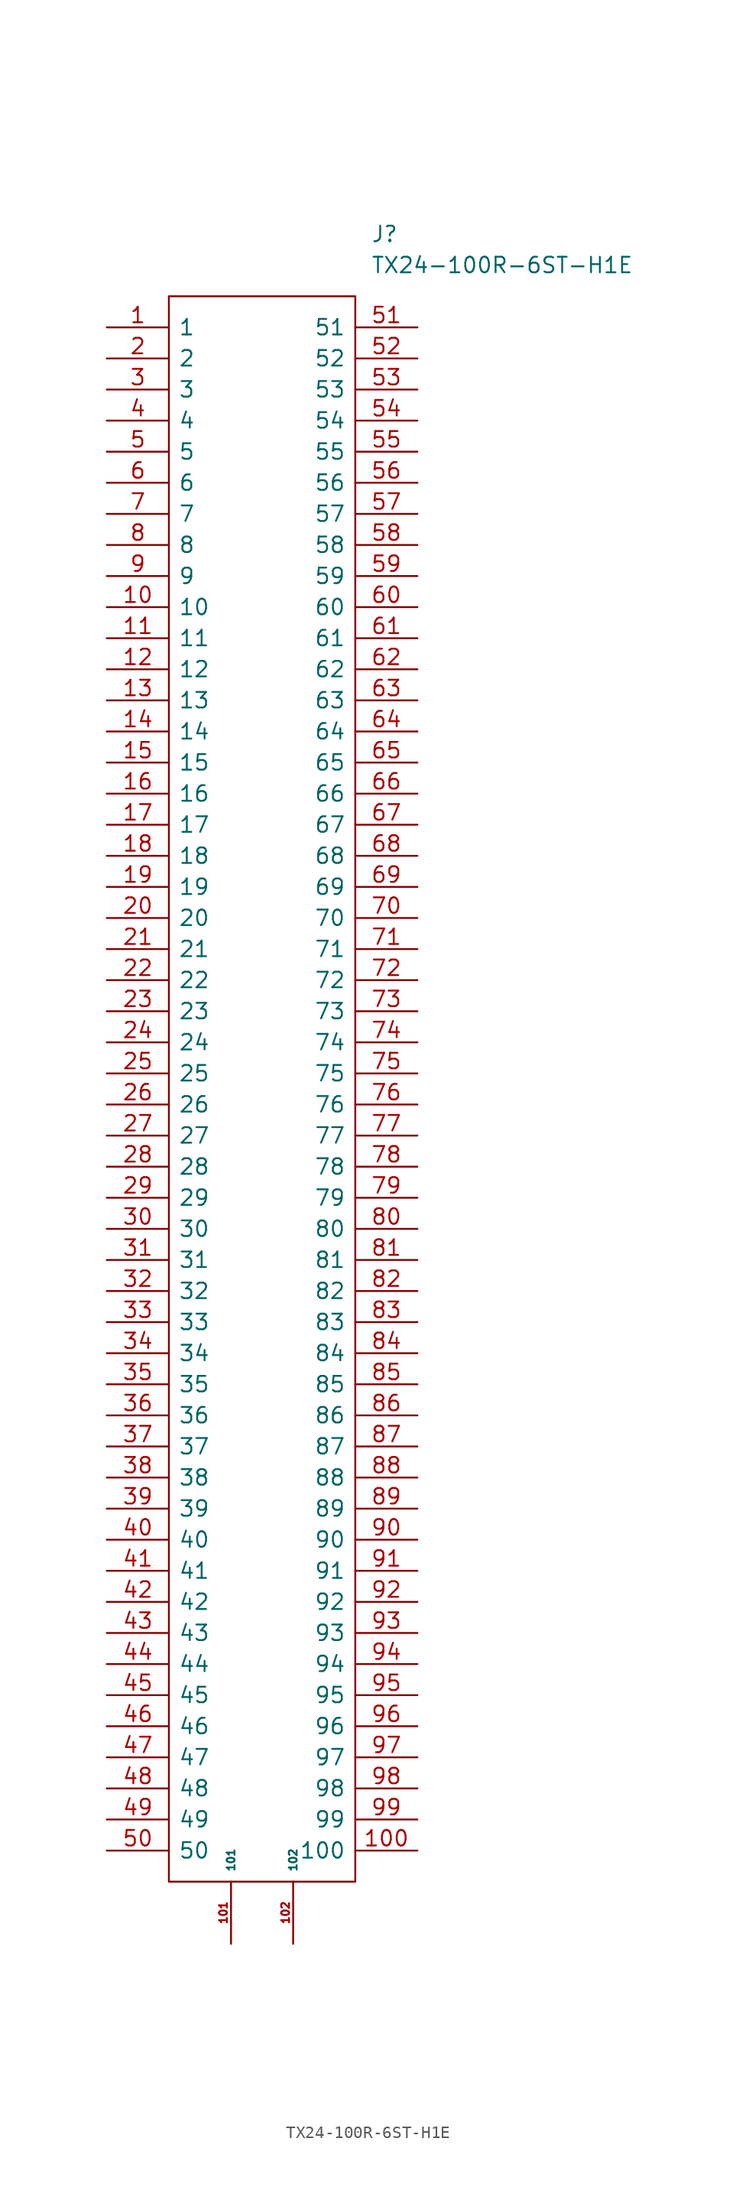
<source format=kicad_sym>
(kicad_symbol_lib
  (version 20220914)
  (generator kicad_symbol_editor)
  (symbol "TX24-100R-6ST-H1E"
    (pin_names
      (offset 0.762))
    (property "Reference" "J"
      (at 21.59 7.62 0)
      (effects (font (size 1.27 1.27)) (justify left)))
    (property "Value" "TX24-100R-6ST-H1E"
      (at 21.59 5.08 0)
      (effects (font (size 1.27 1.27)) (justify left)))
    (symbol "TX24-100R-6ST-H1E_0_0"
      (pin unspecified line (at 0 0 0) (length 5.08) (name "1" (effects (font (size 1.27 1.27)))) (number "1" (effects (font (size 1.27 1.27)))))
      (pin unspecified line (at 0 -22.86 0) (length 5.08) (name "10" (effects (font (size 1.27 1.27)))) (number "10" (effects (font (size 1.27 1.27)))))
      (pin unspecified line (at 25.4 -124.46 180) (length 5.08) (name "100" (effects (font (size 1.27 1.27)))) (number "100" (effects (font (size 1.27 1.27)))))
      (pin unspecified line (at 0 -25.4 0) (length 5.08) (name "11" (effects (font (size 1.27 1.27)))) (number "11" (effects (font (size 1.27 1.27)))))
      (pin unspecified line (at 0 -27.94 0) (length 5.08) (name "12" (effects (font (size 1.27 1.27)))) (number "12" (effects (font (size 1.27 1.27)))))
      (pin unspecified line (at 0 -30.48 0) (length 5.08) (name "13" (effects (font (size 1.27 1.27)))) (number "13" (effects (font (size 1.27 1.27)))))
      (pin unspecified line (at 0 -33.02 0) (length 5.08) (name "14" (effects (font (size 1.27 1.27)))) (number "14" (effects (font (size 1.27 1.27)))))
      (pin unspecified line (at 0 -35.56 0) (length 5.08) (name "15" (effects (font (size 1.27 1.27)))) (number "15" (effects (font (size 1.27 1.27)))))
      (pin unspecified line (at 0 -38.1 0) (length 5.08) (name "16" (effects (font (size 1.27 1.27)))) (number "16" (effects (font (size 1.27 1.27)))))
      (pin unspecified line (at 0 -40.64 0) (length 5.08) (name "17" (effects (font (size 1.27 1.27)))) (number "17" (effects (font (size 1.27 1.27)))))
      (pin unspecified line (at 0 -43.18 0) (length 5.08) (name "18" (effects (font (size 1.27 1.27)))) (number "18" (effects (font (size 1.27 1.27)))))
      (pin unspecified line (at 0 -45.72 0) (length 5.08) (name "19" (effects (font (size 1.27 1.27)))) (number "19" (effects (font (size 1.27 1.27)))))
      (pin unspecified line (at 0 -2.54 0) (length 5.08) (name "2" (effects (font (size 1.27 1.27)))) (number "2" (effects (font (size 1.27 1.27)))))
      (pin unspecified line (at 0 -48.26 0) (length 5.08) (name "20" (effects (font (size 1.27 1.27)))) (number "20" (effects (font (size 1.27 1.27)))))
      (pin unspecified line (at 0 -50.8 0) (length 5.08) (name "21" (effects (font (size 1.27 1.27)))) (number "21" (effects (font (size 1.27 1.27)))))
      (pin unspecified line (at 0 -53.34 0) (length 5.08) (name "22" (effects (font (size 1.27 1.27)))) (number "22" (effects (font (size 1.27 1.27)))))
      (pin unspecified line (at 0 -55.88 0) (length 5.08) (name "23" (effects (font (size 1.27 1.27)))) (number "23" (effects (font (size 1.27 1.27)))))
      (pin unspecified line (at 0 -58.42 0) (length 5.08) (name "24" (effects (font (size 1.27 1.27)))) (number "24" (effects (font (size 1.27 1.27)))))
      (pin unspecified line (at 0 -60.96 0) (length 5.08) (name "25" (effects (font (size 1.27 1.27)))) (number "25" (effects (font (size 1.27 1.27)))))
      (pin unspecified line (at 0 -63.5 0) (length 5.08) (name "26" (effects (font (size 1.27 1.27)))) (number "26" (effects (font (size 1.27 1.27)))))
      (pin unspecified line (at 0 -66.04 0) (length 5.08) (name "27" (effects (font (size 1.27 1.27)))) (number "27" (effects (font (size 1.27 1.27)))))
      (pin unspecified line (at 0 -68.58 0) (length 5.08) (name "28" (effects (font (size 1.27 1.27)))) (number "28" (effects (font (size 1.27 1.27)))))
      (pin unspecified line (at 0 -71.12 0) (length 5.08) (name "29" (effects (font (size 1.27 1.27)))) (number "29" (effects (font (size 1.27 1.27)))))
      (pin unspecified line (at 0 -5.08 0) (length 5.08) (name "3" (effects (font (size 1.27 1.27)))) (number "3" (effects (font (size 1.27 1.27)))))
      (pin unspecified line (at 0 -73.66 0) (length 5.08) (name "30" (effects (font (size 1.27 1.27)))) (number "30" (effects (font (size 1.27 1.27)))))
      (pin unspecified line (at 0 -76.2 0) (length 5.08) (name "31" (effects (font (size 1.27 1.27)))) (number "31" (effects (font (size 1.27 1.27)))))
      (pin unspecified line (at 0 -78.74 0) (length 5.08) (name "32" (effects (font (size 1.27 1.27)))) (number "32" (effects (font (size 1.27 1.27)))))
      (pin unspecified line (at 0 -81.28 0) (length 5.08) (name "33" (effects (font (size 1.27 1.27)))) (number "33" (effects (font (size 1.27 1.27)))))
      (pin unspecified line (at 0 -83.82 0) (length 5.08) (name "34" (effects (font (size 1.27 1.27)))) (number "34" (effects (font (size 1.27 1.27)))))
      (pin unspecified line (at 0 -86.36 0) (length 5.08) (name "35" (effects (font (size 1.27 1.27)))) (number "35" (effects (font (size 1.27 1.27)))))
      (pin unspecified line (at 0 -88.9 0) (length 5.08) (name "36" (effects (font (size 1.27 1.27)))) (number "36" (effects (font (size 1.27 1.27)))))
      (pin unspecified line (at 0 -91.44 0) (length 5.08) (name "37" (effects (font (size 1.27 1.27)))) (number "37" (effects (font (size 1.27 1.27)))))
      (pin unspecified line (at 0 -93.98 0) (length 5.08) (name "38" (effects (font (size 1.27 1.27)))) (number "38" (effects (font (size 1.27 1.27)))))
      (pin unspecified line (at 0 -96.52 0) (length 5.08) (name "39" (effects (font (size 1.27 1.27)))) (number "39" (effects (font (size 1.27 1.27)))))
      (pin unspecified line (at 0 -7.62 0) (length 5.08) (name "4" (effects (font (size 1.27 1.27)))) (number "4" (effects (font (size 1.27 1.27)))))
      (pin unspecified line (at 0 -99.06 0) (length 5.08) (name "40" (effects (font (size 1.27 1.27)))) (number "40" (effects (font (size 1.27 1.27)))))
      (pin unspecified line (at 0 -101.6 0) (length 5.08) (name "41" (effects (font (size 1.27 1.27)))) (number "41" (effects (font (size 1.27 1.27)))))
      (pin unspecified line (at 0 -104.14 0) (length 5.08) (name "42" (effects (font (size 1.27 1.27)))) (number "42" (effects (font (size 1.27 1.27)))))
      (pin unspecified line (at 0 -106.68 0) (length 5.08) (name "43" (effects (font (size 1.27 1.27)))) (number "43" (effects (font (size 1.27 1.27)))))
      (pin unspecified line (at 0 -109.22 0) (length 5.08) (name "44" (effects (font (size 1.27 1.27)))) (number "44" (effects (font (size 1.27 1.27)))))
      (pin unspecified line (at 0 -111.76 0) (length 5.08) (name "45" (effects (font (size 1.27 1.27)))) (number "45" (effects (font (size 1.27 1.27)))))
      (pin unspecified line (at 0 -114.3 0) (length 5.08) (name "46" (effects (font (size 1.27 1.27)))) (number "46" (effects (font (size 1.27 1.27)))))
      (pin unspecified line (at 0 -116.84 0) (length 5.08) (name "47" (effects (font (size 1.27 1.27)))) (number "47" (effects (font (size 1.27 1.27)))))
      (pin unspecified line (at 0 -119.38 0) (length 5.08) (name "48" (effects (font (size 1.27 1.27)))) (number "48" (effects (font (size 1.27 1.27)))))
      (pin unspecified line (at 0 -121.92 0) (length 5.08) (name "49" (effects (font (size 1.27 1.27)))) (number "49" (effects (font (size 1.27 1.27)))))
      (pin unspecified line (at 0 -10.16 0) (length 5.08) (name "5" (effects (font (size 1.27 1.27)))) (number "5" (effects (font (size 1.27 1.27)))))
      (pin unspecified line (at 0 -124.46 0) (length 5.08) (name "50" (effects (font (size 1.27 1.27)))) (number "50" (effects (font (size 1.27 1.27)))))
      (pin unspecified line (at 25.4 0 180) (length 5.08) (name "51" (effects (font (size 1.27 1.27)))) (number "51" (effects (font (size 1.27 1.27)))))
      (pin unspecified line (at 25.4 -2.54 180) (length 5.08) (name "52" (effects (font (size 1.27 1.27)))) (number "52" (effects (font (size 1.27 1.27)))))
      (pin unspecified line (at 25.4 -5.08 180) (length 5.08) (name "53" (effects (font (size 1.27 1.27)))) (number "53" (effects (font (size 1.27 1.27)))))
      (pin unspecified line (at 25.4 -7.62 180) (length 5.08) (name "54" (effects (font (size 1.27 1.27)))) (number "54" (effects (font (size 1.27 1.27)))))
      (pin unspecified line (at 25.4 -10.16 180) (length 5.08) (name "55" (effects (font (size 1.27 1.27)))) (number "55" (effects (font (size 1.27 1.27)))))
      (pin unspecified line (at 25.4 -12.7 180) (length 5.08) (name "56" (effects (font (size 1.27 1.27)))) (number "56" (effects (font (size 1.27 1.27)))))
      (pin unspecified line (at 25.4 -15.24 180) (length 5.08) (name "57" (effects (font (size 1.27 1.27)))) (number "57" (effects (font (size 1.27 1.27)))))
      (pin unspecified line (at 25.4 -17.78 180) (length 5.08) (name "58" (effects (font (size 1.27 1.27)))) (number "58" (effects (font (size 1.27 1.27)))))
      (pin unspecified line (at 25.4 -20.32 180) (length 5.08) (name "59" (effects (font (size 1.27 1.27)))) (number "59" (effects (font (size 1.27 1.27)))))
      (pin unspecified line (at 0 -12.7 0) (length 5.08) (name "6" (effects (font (size 1.27 1.27)))) (number "6" (effects (font (size 1.27 1.27)))))
      (pin unspecified line (at 25.4 -22.86 180) (length 5.08) (name "60" (effects (font (size 1.27 1.27)))) (number "60" (effects (font (size 1.27 1.27)))))
      (pin unspecified line (at 25.4 -25.4 180) (length 5.08) (name "61" (effects (font (size 1.27 1.27)))) (number "61" (effects (font (size 1.27 1.27)))))
      (pin unspecified line (at 25.4 -27.94 180) (length 5.08) (name "62" (effects (font (size 1.27 1.27)))) (number "62" (effects (font (size 1.27 1.27)))))
      (pin unspecified line (at 25.4 -30.48 180) (length 5.08) (name "63" (effects (font (size 1.27 1.27)))) (number "63" (effects (font (size 1.27 1.27)))))
      (pin unspecified line (at 25.4 -33.02 180) (length 5.08) (name "64" (effects (font (size 1.27 1.27)))) (number "64" (effects (font (size 1.27 1.27)))))
      (pin unspecified line (at 25.4 -35.56 180) (length 5.08) (name "65" (effects (font (size 1.27 1.27)))) (number "65" (effects (font (size 1.27 1.27)))))
      (pin unspecified line (at 25.4 -38.1 180) (length 5.08) (name "66" (effects (font (size 1.27 1.27)))) (number "66" (effects (font (size 1.27 1.27)))))
      (pin unspecified line (at 25.4 -40.64 180) (length 5.08) (name "67" (effects (font (size 1.27 1.27)))) (number "67" (effects (font (size 1.27 1.27)))))
      (pin unspecified line (at 25.4 -43.18 180) (length 5.08) (name "68" (effects (font (size 1.27 1.27)))) (number "68" (effects (font (size 1.27 1.27)))))
      (pin unspecified line (at 25.4 -45.72 180) (length 5.08) (name "69" (effects (font (size 1.27 1.27)))) (number "69" (effects (font (size 1.27 1.27)))))
      (pin unspecified line (at 0 -15.24 0) (length 5.08) (name "7" (effects (font (size 1.27 1.27)))) (number "7" (effects (font (size 1.27 1.27)))))
      (pin unspecified line (at 25.4 -48.26 180) (length 5.08) (name "70" (effects (font (size 1.27 1.27)))) (number "70" (effects (font (size 1.27 1.27)))))
      (pin unspecified line (at 25.4 -50.8 180) (length 5.08) (name "71" (effects (font (size 1.27 1.27)))) (number "71" (effects (font (size 1.27 1.27)))))
      (pin unspecified line (at 25.4 -53.34 180) (length 5.08) (name "72" (effects (font (size 1.27 1.27)))) (number "72" (effects (font (size 1.27 1.27)))))
      (pin unspecified line (at 25.4 -55.88 180) (length 5.08) (name "73" (effects (font (size 1.27 1.27)))) (number "73" (effects (font (size 1.27 1.27)))))
      (pin unspecified line (at 25.4 -58.42 180) (length 5.08) (name "74" (effects (font (size 1.27 1.27)))) (number "74" (effects (font (size 1.27 1.27)))))
      (pin unspecified line (at 25.4 -60.96 180) (length 5.08) (name "75" (effects (font (size 1.27 1.27)))) (number "75" (effects (font (size 1.27 1.27)))))
      (pin unspecified line (at 25.4 -63.5 180) (length 5.08) (name "76" (effects (font (size 1.27 1.27)))) (number "76" (effects (font (size 1.27 1.27)))))
      (pin unspecified line (at 25.4 -66.04 180) (length 5.08) (name "77" (effects (font (size 1.27 1.27)))) (number "77" (effects (font (size 1.27 1.27)))))
      (pin unspecified line (at 25.4 -68.58 180) (length 5.08) (name "78" (effects (font (size 1.27 1.27)))) (number "78" (effects (font (size 1.27 1.27)))))
      (pin unspecified line (at 25.4 -71.12 180) (length 5.08) (name "79" (effects (font (size 1.27 1.27)))) (number "79" (effects (font (size 1.27 1.27)))))
      (pin unspecified line (at 0 -17.78 0) (length 5.08) (name "8" (effects (font (size 1.27 1.27)))) (number "8" (effects (font (size 1.27 1.27)))))
      (pin unspecified line (at 25.4 -73.66 180) (length 5.08) (name "80" (effects (font (size 1.27 1.27)))) (number "80" (effects (font (size 1.27 1.27)))))
      (pin unspecified line (at 25.4 -76.2 180) (length 5.08) (name "81" (effects (font (size 1.27 1.27)))) (number "81" (effects (font (size 1.27 1.27)))))
      (pin unspecified line (at 25.4 -78.74 180) (length 5.08) (name "82" (effects (font (size 1.27 1.27)))) (number "82" (effects (font (size 1.27 1.27)))))
      (pin unspecified line (at 25.4 -81.28 180) (length 5.08) (name "83" (effects (font (size 1.27 1.27)))) (number "83" (effects (font (size 1.27 1.27)))))
      (pin unspecified line (at 25.4 -83.82 180) (length 5.08) (name "84" (effects (font (size 1.27 1.27)))) (number "84" (effects (font (size 1.27 1.27)))))
      (pin unspecified line (at 25.4 -86.36 180) (length 5.08) (name "85" (effects (font (size 1.27 1.27)))) (number "85" (effects (font (size 1.27 1.27)))))
      (pin unspecified line (at 25.4 -88.9 180) (length 5.08) (name "86" (effects (font (size 1.27 1.27)))) (number "86" (effects (font (size 1.27 1.27)))))
      (pin unspecified line (at 25.4 -91.44 180) (length 5.08) (name "87" (effects (font (size 1.27 1.27)))) (number "87" (effects (font (size 1.27 1.27)))))
      (pin unspecified line (at 25.4 -93.98 180) (length 5.08) (name "88" (effects (font (size 1.27 1.27)))) (number "88" (effects (font (size 1.27 1.27)))))
      (pin unspecified line (at 25.4 -96.52 180) (length 5.08) (name "89" (effects (font (size 1.27 1.27)))) (number "89" (effects (font (size 1.27 1.27)))))
      (pin unspecified line (at 0 -20.32 0) (length 5.08) (name "9" (effects (font (size 1.27 1.27)))) (number "9" (effects (font (size 1.27 1.27)))))
      (pin unspecified line (at 25.4 -99.06 180) (length 5.08) (name "90" (effects (font (size 1.27 1.27)))) (number "90" (effects (font (size 1.27 1.27)))))
      (pin unspecified line (at 25.4 -101.6 180) (length 5.08) (name "91" (effects (font (size 1.27 1.27)))) (number "91" (effects (font (size 1.27 1.27)))))
      (pin unspecified line (at 25.4 -104.14 180) (length 5.08) (name "92" (effects (font (size 1.27 1.27)))) (number "92" (effects (font (size 1.27 1.27)))))
      (pin unspecified line (at 25.4 -106.68 180) (length 5.08) (name "93" (effects (font (size 1.27 1.27)))) (number "93" (effects (font (size 1.27 1.27)))))
      (pin unspecified line (at 25.4 -109.22 180) (length 5.08) (name "94" (effects (font (size 1.27 1.27)))) (number "94" (effects (font (size 1.27 1.27)))))
      (pin unspecified line (at 25.4 -111.76 180) (length 5.08) (name "95" (effects (font (size 1.27 1.27)))) (number "95" (effects (font (size 1.27 1.27)))))
      (pin unspecified line (at 25.4 -114.3 180) (length 5.08) (name "96" (effects (font (size 1.27 1.27)))) (number "96" (effects (font (size 1.27 1.27)))))
      (pin unspecified line (at 25.4 -116.84 180) (length 5.08) (name "97" (effects (font (size 1.27 1.27)))) (number "97" (effects (font (size 1.27 1.27)))))
      (pin unspecified line (at 25.4 -119.38 180) (length 5.08) (name "98" (effects (font (size 1.27 1.27)))) (number "98" (effects (font (size 1.27 1.27)))))
      (pin unspecified line (at 25.4 -121.92 180) (length 5.08) (name "99" (effects (font (size 1.27 1.27)))) (number "99" (effects (font (size 1.27 1.27))))))
    (symbol "TX24-100R-6ST-H1E_0_1"
      (polyline (pts (xy 5.08 2.54) (xy 20.32 2.54) (xy 20.32 -127) (xy 5.08 -127) (xy 5.08 2.54)) (stroke (width 0.152) (type default)) (fill (type none))))
    (symbol "TX24-100R-6ST-H1E_1_1"
      (pin passive line (at 10.16 -132.08 90) (length 5.08) (name "101" (effects (font (size 0.635 0.635)))) (number "101" (effects (font (size 0.635 0.635)))))
      (pin passive line (at 15.24 -132.08 90) (length 5.08) (name "102" (effects (font (size 0.635 0.635)))) (number "102" (effects (font (size 0.635 0.635))))))))
</source>
